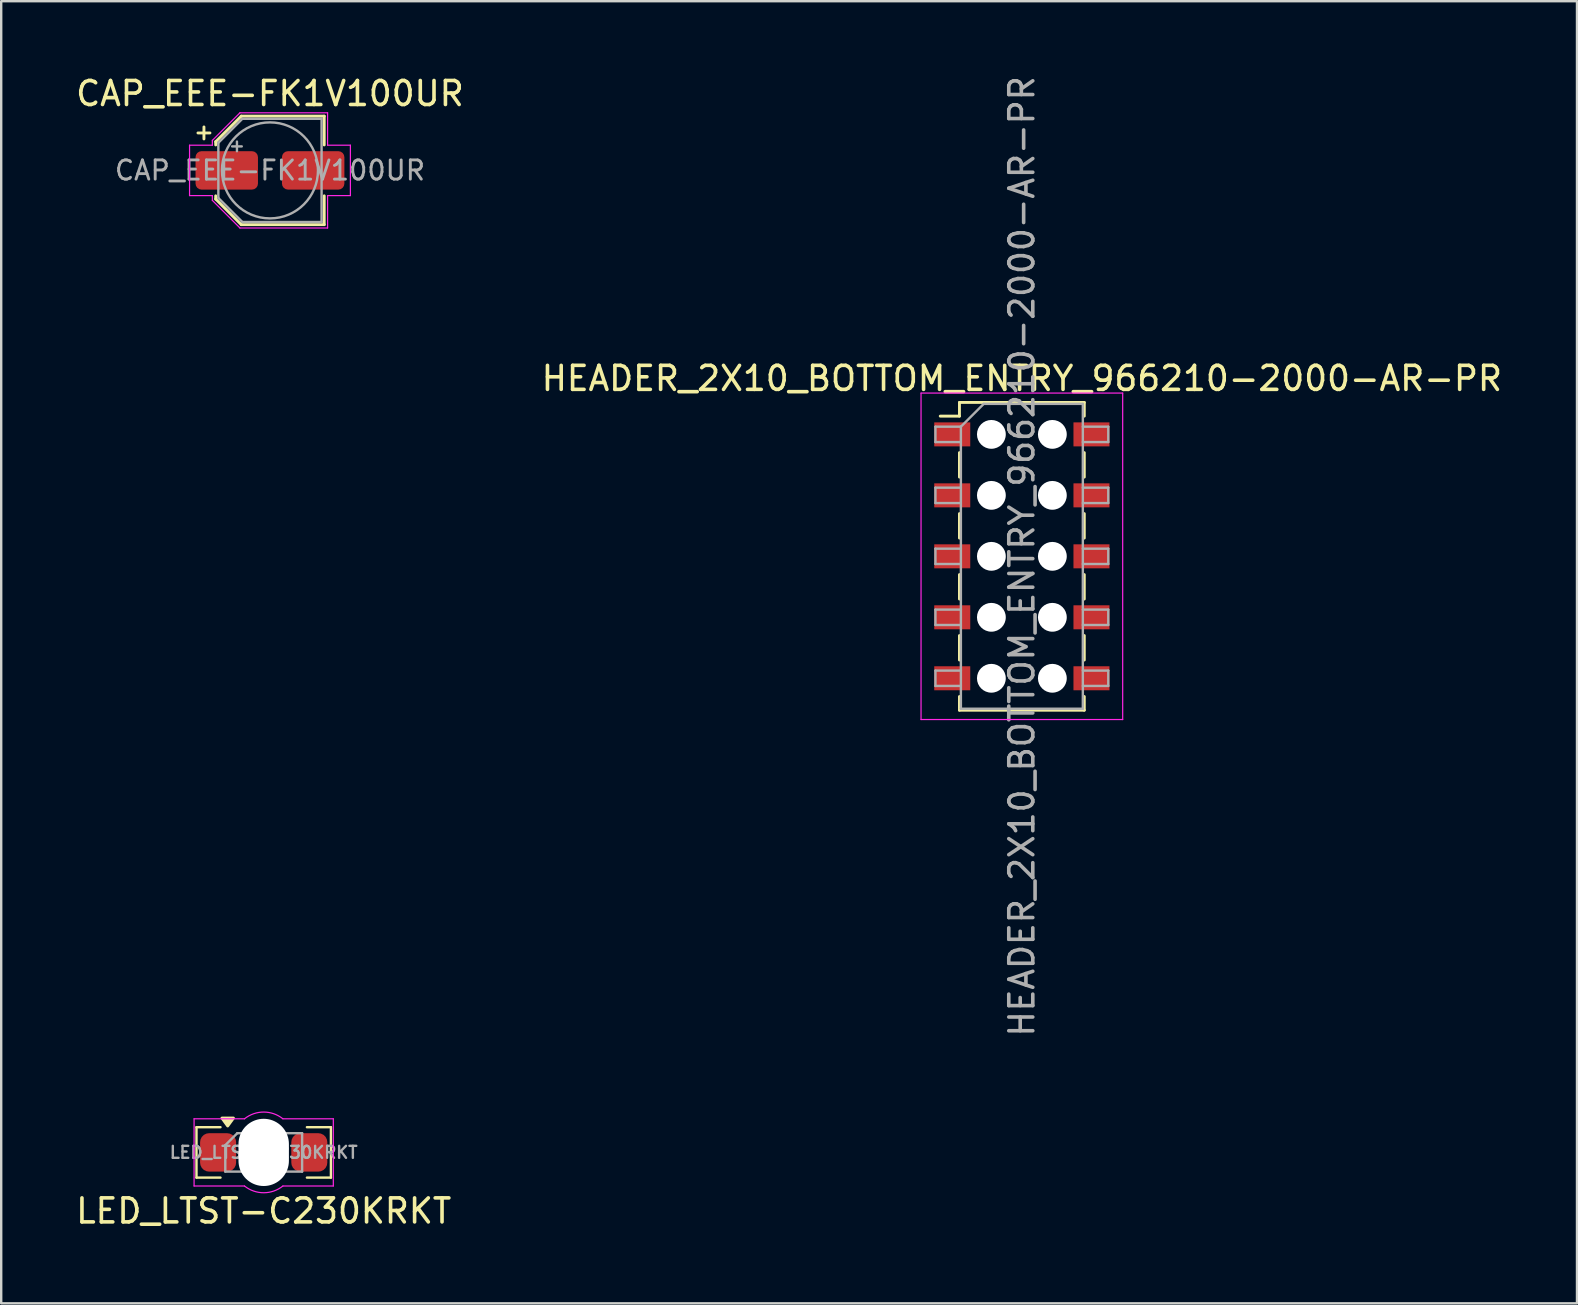
<source format=kicad_pcb>
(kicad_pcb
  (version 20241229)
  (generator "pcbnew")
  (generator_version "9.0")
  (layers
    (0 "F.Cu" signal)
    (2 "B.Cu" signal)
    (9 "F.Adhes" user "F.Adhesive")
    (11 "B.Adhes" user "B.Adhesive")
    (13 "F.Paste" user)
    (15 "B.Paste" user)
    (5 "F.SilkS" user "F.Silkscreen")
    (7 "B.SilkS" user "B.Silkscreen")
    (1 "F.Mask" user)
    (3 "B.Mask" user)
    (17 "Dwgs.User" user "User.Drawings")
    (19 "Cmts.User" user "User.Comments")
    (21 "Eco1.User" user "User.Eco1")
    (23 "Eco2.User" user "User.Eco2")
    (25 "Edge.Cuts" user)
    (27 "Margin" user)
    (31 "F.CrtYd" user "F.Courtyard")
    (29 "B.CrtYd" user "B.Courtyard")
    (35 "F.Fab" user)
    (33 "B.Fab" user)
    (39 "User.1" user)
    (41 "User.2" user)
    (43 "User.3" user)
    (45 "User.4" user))
  (footprint "HEADER_2X10_BOTTOM_ENTRY_966210-2000-AR-PR"
    (layer "F.Cu")
    (at 39.518 20.125)
    (property "Reference" "HEADER_2X10_BOTTOM_ENTRY_966210-2000-AR-PR" (at 0 -7.41 0) (layer "F.SilkS") (effects (font (size 1 1) (thickness 0.15))))
    (attr smd)
    (fp_line (start -3.4 -5.84) (end -2.6 -5.84) (stroke (width 0.12) (type solid)) (layer "F.SilkS"))
    (fp_line (start -2.6 -6.41) (end -2.6 -5.84) (stroke (width 0.12) (type solid)) (layer "F.SilkS"))
    (fp_line (start -2.6 -6.41) (end 2.6 -6.41) (stroke (width 0.12) (type solid)) (layer "F.SilkS"))
    (fp_line (start -2.6 -4.32) (end -2.6 -3.3) (stroke (width 0.12) (type solid)) (layer "F.SilkS"))
    (fp_line (start -2.6 -1.78) (end -2.6 -0.76) (stroke (width 0.12) (type solid)) (layer "F.SilkS"))
    (fp_line (start -2.6 0.76) (end -2.6 1.78) (stroke (width 0.12) (type solid)) (layer "F.SilkS"))
    (fp_line (start -2.6 3.3) (end -2.6 4.32) (stroke (width 0.12) (type solid)) (layer "F.SilkS"))
    (fp_line (start -2.6 5.84) (end -2.6 6.41) (stroke (width 0.12) (type solid)) (layer "F.SilkS"))
    (fp_line (start -2.6 6.41) (end 2.6 6.41) (stroke (width 0.12) (type solid)) (layer "F.SilkS"))
    (fp_line (start 2.6 -6.41) (end 2.6 -5.84) (stroke (width 0.12) (type solid)) (layer "F.SilkS"))
    (fp_line (start 2.6 -4.32) (end 2.6 -3.3) (stroke (width 0.12) (type solid)) (layer "F.SilkS"))
    (fp_line (start 2.6 -1.78) (end 2.6 -0.76) (stroke (width 0.12) (type solid)) (layer "F.SilkS"))
    (fp_line (start 2.6 0.76) (end 2.6 1.78) (stroke (width 0.12) (type solid)) (layer "F.SilkS"))
    (fp_line (start 2.6 3.3) (end 2.6 4.32) (stroke (width 0.12) (type solid)) (layer "F.SilkS"))
    (fp_line (start 2.6 5.84) (end 2.6 6.41) (stroke (width 0.12) (type solid)) (layer "F.SilkS"))
    (fp_line (start -4.2 -6.8) (end -4.2 6.8) (stroke (width 0.05) (type solid)) (layer "F.CrtYd"))
    (fp_line (start -4.2 6.8) (end 4.2 6.8) (stroke (width 0.05) (type solid)) (layer "F.CrtYd"))
    (fp_line (start 4.2 -6.8) (end -4.2 -6.8) (stroke (width 0.05) (type solid)) (layer "F.CrtYd"))
    (fp_line (start 4.2 6.8) (end 4.2 -6.8) (stroke (width 0.05) (type solid)) (layer "F.CrtYd"))
    (fp_line (start -3.6 -5.4) (end -3.6 -4.76) (stroke (width 0.1) (type solid)) (layer "F.Fab"))
    (fp_line (start -3.6 -4.76) (end -2.54 -4.76) (stroke (width 0.1) (type solid)) (layer "F.Fab"))
    (fp_line (start -3.6 -2.86) (end -3.6 -2.22) (stroke (width 0.1) (type solid)) (layer "F.Fab"))
    (fp_line (start -3.6 -2.22) (end -2.54 -2.22) (stroke (width 0.1) (type solid)) (layer "F.Fab"))
    (fp_line (start -3.6 -0.32) (end -3.6 0.32) (stroke (width 0.1) (type solid)) (layer "F.Fab"))
    (fp_line (start -3.6 0.32) (end -2.54 0.32) (stroke (width 0.1) (type solid)) (layer "F.Fab"))
    (fp_line (start -3.6 2.22) (end -3.6 2.86) (stroke (width 0.1) (type solid)) (layer "F.Fab"))
    (fp_line (start -3.6 2.86) (end -2.54 2.86) (stroke (width 0.1) (type solid)) (layer "F.Fab"))
    (fp_line (start -3.6 4.76) (end -3.6 5.4) (stroke (width 0.1) (type solid)) (layer "F.Fab"))
    (fp_line (start -3.6 5.4) (end -2.54 5.4) (stroke (width 0.1) (type solid)) (layer "F.Fab"))
    (fp_line (start -2.54 -5.4) (end -3.6 -5.4) (stroke (width 0.1) (type solid)) (layer "F.Fab"))
    (fp_line (start -2.54 -5.4) (end -1.59 -6.35) (stroke (width 0.1) (type solid)) (layer "F.Fab"))
    (fp_line (start -2.54 -2.86) (end -3.6 -2.86) (stroke (width 0.1) (type solid)) (layer "F.Fab"))
    (fp_line (start -2.54 -0.32) (end -3.6 -0.32) (stroke (width 0.1) (type solid)) (layer "F.Fab"))
    (fp_line (start -2.54 2.22) (end -3.6 2.22) (stroke (width 0.1) (type solid)) (layer "F.Fab"))
    (fp_line (start -2.54 4.76) (end -3.6 4.76) (stroke (width 0.1) (type solid)) (layer "F.Fab"))
    (fp_line (start -2.54 6.35) (end -2.54 -5.4) (stroke (width 0.1) (type solid)) (layer "F.Fab"))
    (fp_line (start -1.59 -6.35) (end 2.54 -6.35) (stroke (width 0.1) (type solid)) (layer "F.Fab"))
    (fp_line (start 2.54 -6.35) (end 2.54 6.35) (stroke (width 0.1) (type solid)) (layer "F.Fab"))
    (fp_line (start 2.54 -5.4) (end 3.6 -5.4) (stroke (width 0.1) (type solid)) (layer "F.Fab"))
    (fp_line (start 2.54 -2.86) (end 3.6 -2.86) (stroke (width 0.1) (type solid)) (layer "F.Fab"))
    (fp_line (start 2.54 -0.32) (end 3.6 -0.32) (stroke (width 0.1) (type solid)) (layer "F.Fab"))
    (fp_line (start 2.54 2.22) (end 3.6 2.22) (stroke (width 0.1) (type solid)) (layer "F.Fab"))
    (fp_line (start 2.54 4.76) (end 3.6 4.76) (stroke (width 0.1) (type solid)) (layer "F.Fab"))
    (fp_line (start 2.54 6.35) (end -2.54 6.35) (stroke (width 0.1) (type solid)) (layer "F.Fab"))
    (fp_line (start 3.6 -5.4) (end 3.6 -4.76) (stroke (width 0.1) (type solid)) (layer "F.Fab"))
    (fp_line (start 3.6 -4.76) (end 2.54 -4.76) (stroke (width 0.1) (type solid)) (layer "F.Fab"))
    (fp_line (start 3.6 -2.86) (end 3.6 -2.22) (stroke (width 0.1) (type solid)) (layer "F.Fab"))
    (fp_line (start 3.6 -2.22) (end 2.54 -2.22) (stroke (width 0.1) (type solid)) (layer "F.Fab"))
    (fp_line (start 3.6 -0.32) (end 3.6 0.32) (stroke (width 0.1) (type solid)) (layer "F.Fab"))
    (fp_line (start 3.6 0.32) (end 2.54 0.32) (stroke (width 0.1) (type solid)) (layer "F.Fab"))
    (fp_line (start 3.6 2.22) (end 3.6 2.86) (stroke (width 0.1) (type solid)) (layer "F.Fab"))
    (fp_line (start 3.6 2.86) (end 2.54 2.86) (stroke (width 0.1) (type solid)) (layer "F.Fab"))
    (fp_line (start 3.6 4.76) (end 3.6 5.4) (stroke (width 0.1) (type solid)) (layer "F.Fab"))
    (fp_line (start 3.6 5.4) (end 2.54 5.4) (stroke (width 0.1) (type solid)) (layer "F.Fab"))
    (fp_text user "${REFERENCE}" (at 0 0 90) (layer "F.Fab") (effects (font (size 1 1) (thickness 0.15))))
    (pad "" np_thru_hole circle (at -1.27 -5.08) (size 1.2 1.2) (drill 1.2) (layers "*.Cu" "*.Mask"))
    (pad "" np_thru_hole circle (at -1.27 -2.54) (size 1.2 1.2) (drill 1.2) (layers "*.Cu" "*.Mask"))
    (pad "" np_thru_hole circle (at -1.27 0) (size 1.2 1.2) (drill 1.2) (layers "*.Cu" "*.Mask"))
    (pad "" np_thru_hole circle (at -1.27 2.54) (size 1.2 1.2) (drill 1.2) (layers "*.Cu" "*.Mask"))
    (pad "" np_thru_hole circle (at -1.27 5.08) (size 1.2 1.2) (drill 1.2) (layers "*.Cu" "*.Mask"))
    (pad "" np_thru_hole circle (at 1.27 -5.08) (size 1.2 1.2) (drill 1.2) (layers "*.Cu" "*.Mask"))
    (pad "" np_thru_hole circle (at 1.27 -2.54) (size 1.2 1.2) (drill 1.2) (layers "*.Cu" "*.Mask"))
    (pad "" np_thru_hole circle (at 1.27 0) (size 1.2 1.2) (drill 1.2) (layers "*.Cu" "*.Mask"))
    (pad "" np_thru_hole circle (at 1.27 2.54) (size 1.2 1.2) (drill 1.2) (layers "*.Cu" "*.Mask"))
    (pad "" np_thru_hole circle (at 1.27 5.08) (size 1.2 1.2) (drill 1.2) (layers "*.Cu" "*.Mask"))
    (pad "1" smd rect (at -2.9 -5.08) (size 1.5 1) (layers "F.Cu" "F.Mask" "F.Paste"))
    (pad "2" smd rect (at -2.9 -2.54) (size 1.5 1) (layers "F.Cu" "F.Mask" "F.Paste"))
    (pad "3" smd rect (at -2.9 0) (size 1.5 1) (layers "F.Cu" "F.Mask" "F.Paste"))
    (pad "4" smd rect (at -2.9 2.54) (size 1.5 1) (layers "F.Cu" "F.Mask" "F.Paste"))
    (pad "5" smd rect (at -2.9 5.08) (size 1.5 1) (layers "F.Cu" "F.Mask" "F.Paste"))
    (pad "6" smd rect (at 2.9 5.08) (size 1.5 1) (layers "F.Cu" "F.Mask" "F.Paste"))
    (pad "7" smd rect (at 2.9 2.54) (size 1.5 1) (layers "F.Cu" "F.Mask" "F.Paste"))
    (pad "8" smd rect (at 2.9 0) (size 1.5 1) (layers "F.Cu" "F.Mask" "F.Paste"))
    (pad "9" smd rect (at 2.9 -2.54) (size 1.5 1) (layers "F.Cu" "F.Mask" "F.Paste"))
    (pad "10" smd rect (at 2.9 -5.08) (size 1.5 1) (layers "F.Cu" "F.Mask" "F.Paste")))
  (footprint "CAP_EEE-FK1V100UR"
    (layer "F.Cu")
    (at 8.196 4.048)
    (property "Reference" "CAP_EEE-FK1V100UR" (at 0 -3.2 0) (layer "F.SilkS") (effects (font (size 1 1) (thickness 0.15))))
    (attr smd)
    (fp_line (start -3 -1.56) (end -2.5 -1.56) (stroke (width 0.12) (type solid)) (layer "F.SilkS"))
    (fp_line (start -2.75 -1.81) (end -2.75 -1.31) (stroke (width 0.12) (type solid)) (layer "F.SilkS"))
    (fp_line (start -2.26 -1.196) (end -2.26 -1.06) (stroke (width 0.12) (type solid)) (layer "F.SilkS"))
    (fp_line (start -2.26 -1.196) (end -1.196 -2.26) (stroke (width 0.12) (type solid)) (layer "F.SilkS"))
    (fp_line (start -2.26 1.196) (end -2.26 1.06) (stroke (width 0.12) (type solid)) (layer "F.SilkS"))
    (fp_line (start -2.26 1.196) (end -1.196 2.26) (stroke (width 0.12) (type solid)) (layer "F.SilkS"))
    (fp_line (start -1.196 -2.26) (end 2.26 -2.26) (stroke (width 0.12) (type solid)) (layer "F.SilkS"))
    (fp_line (start -1.196 2.26) (end 2.26 2.26) (stroke (width 0.12) (type solid)) (layer "F.SilkS"))
    (fp_line (start 2.26 -2.26) (end 2.26 -1.06) (stroke (width 0.12) (type solid)) (layer "F.SilkS"))
    (fp_line (start 2.26 2.26) (end 2.26 1.06) (stroke (width 0.12) (type solid)) (layer "F.SilkS"))
    (fp_line (start -3.35 -1.05) (end -3.35 1.05) (stroke (width 0.05) (type solid)) (layer "F.CrtYd"))
    (fp_line (start -3.35 1.05) (end -2.4 1.05) (stroke (width 0.05) (type solid)) (layer "F.CrtYd"))
    (fp_line (start -2.4 -1.25) (end -2.4 -1.05) (stroke (width 0.05) (type solid)) (layer "F.CrtYd"))
    (fp_line (start -2.4 -1.25) (end -1.25 -2.4) (stroke (width 0.05) (type solid)) (layer "F.CrtYd"))
    (fp_line (start -2.4 -1.05) (end -3.35 -1.05) (stroke (width 0.05) (type solid)) (layer "F.CrtYd"))
    (fp_line (start -2.4 1.05) (end -2.4 1.25) (stroke (width 0.05) (type solid)) (layer "F.CrtYd"))
    (fp_line (start -2.4 1.25) (end -1.25 2.4) (stroke (width 0.05) (type solid)) (layer "F.CrtYd"))
    (fp_line (start -1.25 -2.4) (end 2.4 -2.4) (stroke (width 0.05) (type solid)) (layer "F.CrtYd"))
    (fp_line (start -1.25 2.4) (end 2.4 2.4) (stroke (width 0.05) (type solid)) (layer "F.CrtYd"))
    (fp_line (start 2.4 -2.4) (end 2.4 -1.05) (stroke (width 0.05) (type solid)) (layer "F.CrtYd"))
    (fp_line (start 2.4 -1.05) (end 3.35 -1.05) (stroke (width 0.05) (type solid)) (layer "F.CrtYd"))
    (fp_line (start 2.4 1.05) (end 2.4 2.4) (stroke (width 0.05) (type solid)) (layer "F.CrtYd"))
    (fp_line (start 3.35 -1.05) (end 3.35 1.05) (stroke (width 0.05) (type solid)) (layer "F.CrtYd"))
    (fp_line (start 3.35 1.05) (end 2.4 1.05) (stroke (width 0.05) (type solid)) (layer "F.CrtYd"))
    (fp_line (start -2.15 -1.15) (end -2.15 1.15) (stroke (width 0.1) (type solid)) (layer "F.Fab"))
    (fp_line (start -2.15 -1.15) (end -1.15 -2.15) (stroke (width 0.1) (type solid)) (layer "F.Fab"))
    (fp_line (start -2.15 1.15) (end -1.15 2.15) (stroke (width 0.1) (type solid)) (layer "F.Fab"))
    (fp_line (start -1.575 -1) (end -1.175 -1) (stroke (width 0.1) (type solid)) (layer "F.Fab"))
    (fp_line (start -1.375 -1.2) (end -1.375 -0.8) (stroke (width 0.1) (type solid)) (layer "F.Fab"))
    (fp_line (start -1.15 -2.15) (end 2.15 -2.15) (stroke (width 0.1) (type solid)) (layer "F.Fab"))
    (fp_line (start -1.15 2.15) (end 2.15 2.15) (stroke (width 0.1) (type solid)) (layer "F.Fab"))
    (fp_line (start 2.15 -2.15) (end 2.15 2.15) (stroke (width 0.1) (type solid)) (layer "F.Fab"))
    (fp_circle (center 0 0) (end 2 0) (stroke (width 0.1) (type solid)) (fill no) (layer "F.Fab"))
    (fp_text user "${REFERENCE}" (at 0 0 0) (layer "F.Fab") (effects (font (size 0.8 0.8) (thickness 0.12))))
    (pad "1" smd roundrect (at -1.8 0) (size 2.6 1.6) (layers "F.Cu" "F.Mask" "F.Paste") (roundrect_rratio 0.156))
    (pad "2" smd roundrect (at 1.8 0) (size 2.6 1.6) (layers "F.Cu" "F.Mask" "F.Paste") (roundrect_rratio 0.156)))
  (footprint "LED_LTST-C230KRKT"
    (layer "F.Cu")
    (at 7.935 44.956)
    (property "Reference" "LED_LTST-C230KRKT" (at 0 2.44 0) (layer "F.SilkS") (effects (font (size 1 1) (thickness 0.15))))
    (attr smd)
    (fp_line (start -2.8 -1.05) (end -2.8 1.05) (stroke (width 0.1) (type default)) (layer "F.SilkS"))
    (fp_line (start -2.8 1.05) (end -1.8 1.05) (stroke (width 0.1) (type default)) (layer "F.SilkS"))
    (fp_line (start -1.8 -1.05) (end -2.8 -1.05) (stroke (width 0.1) (type default)) (layer "F.SilkS"))
    (fp_line (start 1.8 -1.05) (end 2.8 -1.05) (stroke (width 0.1) (type default)) (layer "F.SilkS"))
    (fp_line (start 2.8 -1.05) (end 2.8 1.05) (stroke (width 0.1) (type default)) (layer "F.SilkS"))
    (fp_line (start 2.8 1.05) (end 1.8 1.05) (stroke (width 0.1) (type default)) (layer "F.SilkS"))
    (fp_poly (pts (xy -1.5 -1.1) (xy -1.74 -1.43) (xy -1.26 -1.43) (xy -1.5 -1.1)) (stroke (width 0.12) (type solid)) (fill yes) (layer "F.SilkS"))
    (fp_line (start -2.9 -1.4) (end -0.8 -1.4) (stroke (width 0.05) (type solid)) (layer "F.CrtYd"))
    (fp_line (start -2.9 1.4) (end -2.9 -1.4) (stroke (width 0.05) (type solid)) (layer "F.CrtYd"))
    (fp_line (start -0.8 1.4) (end -2.9 1.4) (stroke (width 0.05) (type solid)) (layer "F.CrtYd"))
    (fp_line (start 0.8 -1.4) (end 2.9 -1.4) (stroke (width 0.05) (type solid)) (layer "F.CrtYd"))
    (fp_line (start 2.9 -1.4) (end 2.9 1.4) (stroke (width 0.05) (type solid)) (layer "F.CrtYd"))
    (fp_line (start 2.9 1.4) (end 0.8 1.4) (stroke (width 0.05) (type solid)) (layer "F.CrtYd"))
    (fp_arc (start -0.800001 -1.399998) (mid -0.000001 -1.680624) (end 0.799999 -1.399999) (stroke (width 0.05) (type default)) (layer "F.CrtYd"))
    (fp_arc (start 0.800001 1.399998) (mid 0.000001 1.680624) (end -0.799999 1.399999) (stroke (width 0.05) (type default)) (layer "F.CrtYd"))
    (fp_line (start -1.6 -0.3) (end -1.6 0.8) (stroke (width 0.1) (type default)) (layer "F.Fab"))
    (fp_line (start -1.6 0.8) (end 1.6 0.8) (stroke (width 0.1) (type default)) (layer "F.Fab"))
    (fp_line (start -1.1 -0.8) (end -1.6 -0.3) (stroke (width 0.1) (type default)) (layer "F.Fab"))
    (fp_line (start -0.8 -0.75) (end 0.8 -0.75) (stroke (width 0.1) (type default)) (layer "F.Fab"))
    (fp_line (start -0.8 0.75) (end -0.8 -0.75) (stroke (width 0.1) (type default)) (layer "F.Fab"))
    (fp_line (start 0.8 -0.75) (end 0.8 0.75) (stroke (width 0.1) (type default)) (layer "F.Fab"))
    (fp_line (start 0.8 0.75) (end -0.8 0.75) (stroke (width 0.1) (type default)) (layer "F.Fab"))
    (fp_line (start 1.6 -0.8) (end -1.1 -0.8) (stroke (width 0.1) (type default)) (layer "F.Fab"))
    (fp_line (start 1.6 0.8) (end 1.6 -0.8) (stroke (width 0.1) (type default)) (layer "F.Fab"))
    (fp_text user "${REFERENCE}" (at 0 0 0) (layer "F.Fab") (effects (font (size 0.5 0.5) (thickness 0.1) (bold yes))))
    (pad "" np_thru_hole oval (at 0 0) (size 2.1 2.8) (drill oval 2.1 2.8) (layers "*.Cu" "*.Mask"))
    (pad "1" smd roundrect (at -1.9 0 180) (size 1.5 1.6) (layers "F.Cu" "F.Mask" "F.Paste") (roundrect_rratio 0.25))
    (pad "2" smd roundrect (at 1.9 0 180) (size 1.5 1.6) (layers "F.Cu" "F.Mask" "F.Paste") (roundrect_rratio 0.25)))
  (gr_rect
    (start -3 -3)
    (end 62.643 51.244)
    (stroke (width 0.1) (type default))
    (fill no)
    (layer "Edge.Cuts")))
</source>
